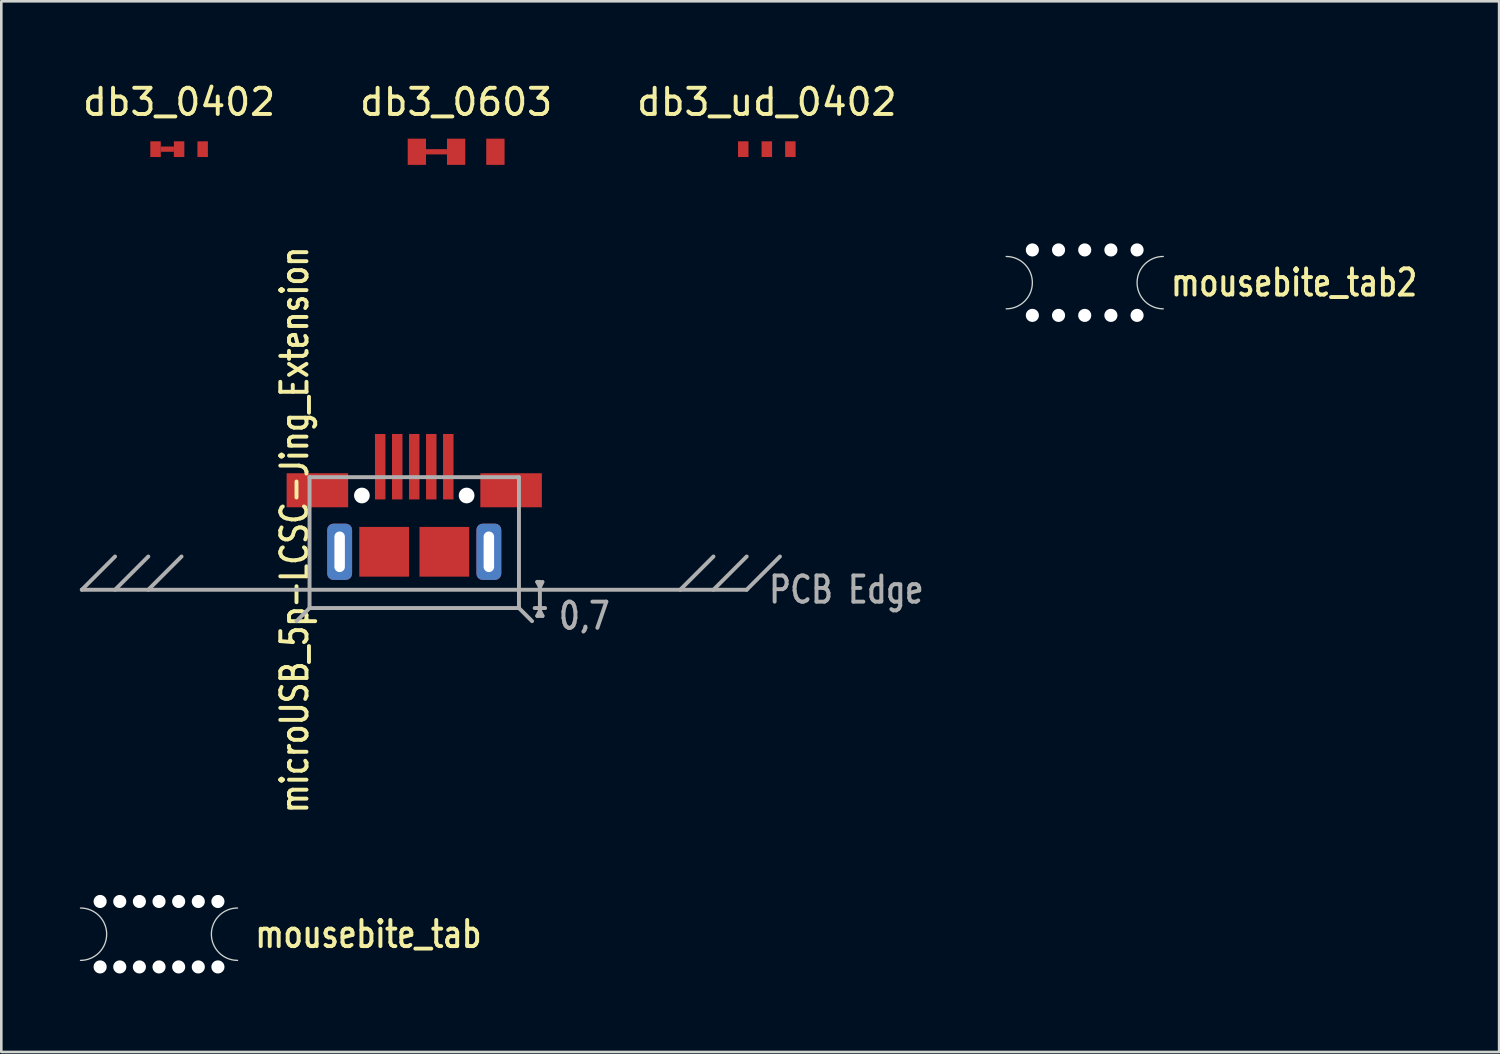
<source format=kicad_pcb>
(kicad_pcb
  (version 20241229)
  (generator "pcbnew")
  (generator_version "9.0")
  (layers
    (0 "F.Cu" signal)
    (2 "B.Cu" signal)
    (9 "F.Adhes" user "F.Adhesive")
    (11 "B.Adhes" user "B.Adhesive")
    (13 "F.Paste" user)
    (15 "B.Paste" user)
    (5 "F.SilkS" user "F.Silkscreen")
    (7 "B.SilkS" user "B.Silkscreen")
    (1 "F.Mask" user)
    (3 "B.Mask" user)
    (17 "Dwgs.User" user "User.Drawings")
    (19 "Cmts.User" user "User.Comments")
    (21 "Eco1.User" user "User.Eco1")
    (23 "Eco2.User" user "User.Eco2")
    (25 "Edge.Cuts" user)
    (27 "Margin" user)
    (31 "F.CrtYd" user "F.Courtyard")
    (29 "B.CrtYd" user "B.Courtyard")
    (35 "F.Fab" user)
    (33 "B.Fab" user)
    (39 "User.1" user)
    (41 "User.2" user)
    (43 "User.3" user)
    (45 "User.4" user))
  (footprint "mousebite_tab2"
    (layer "F.Cu")
    (at 38.388 7.748)
    (property "Reference" "mousebite_tab2" (at 8 0 0) (layer "F.SilkS") (effects (font (size 1 0.8) (thickness 0.15))))
    (attr through_hole)
    (fp_arc (start -3 -1) (mid -2 0) (end -3 1) (stroke (width 0.05) (type solid)) (layer "Edge.Cuts"))
    (fp_arc (start 3 1) (mid 2 0) (end 3 -1) (stroke (width 0.05) (type solid)) (layer "Edge.Cuts"))
    (pad "" np_thru_hole circle (at -2 -1.25) (size 0.5 0.5) (drill 0.5) (layers "*.Cu" "*.Mask"))
    (pad "" np_thru_hole circle (at -2 1.25) (size 0.5 0.5) (drill 0.5) (layers "*.Cu" "*.Mask"))
    (pad "" np_thru_hole circle (at -1 -1.25) (size 0.5 0.5) (drill 0.5) (layers "*.Cu" "*.Mask"))
    (pad "" np_thru_hole circle (at -1 1.25) (size 0.5 0.5) (drill 0.5) (layers "*.Cu" "*.Mask"))
    (pad "" np_thru_hole circle (at 0 -1.25) (size 0.5 0.5) (drill 0.5) (layers "*.Cu" "*.Mask"))
    (pad "" np_thru_hole circle (at 0 1.25) (size 0.5 0.5) (drill 0.5) (layers "*.Cu" "*.Mask"))
    (pad "" np_thru_hole circle (at 1 -1.25) (size 0.5 0.5) (drill 0.5) (layers "*.Cu" "*.Mask"))
    (pad "" np_thru_hole circle (at 1 1.25) (size 0.5 0.5) (drill 0.5) (layers "*.Cu" "*.Mask"))
    (pad "" np_thru_hole circle (at 2 -1.25) (size 0.5 0.5) (drill 0.5) (layers "*.Cu" "*.Mask"))
    (pad "" np_thru_hole circle (at 2 1.25) (size 0.5 0.5) (drill 0.5) (layers "*.Cu" "*.Mask")))
  (footprint "db3_ud_0402"
    (layer "F.Cu")
    (at 26.244 2.648)
    (property "Reference" "db3_ud_0402" (at 0 -1.8 0) (layer "F.SilkS") (effects (font (size 1 1) (thickness 0.15))))
    (attr exclude_from_pos_files exclude_from_bom)
    (fp_poly (pts (xy -0.2 0.1) (xy -0.7 0.1) (xy -0.7 -0.1) (xy -0.2 -0.1)) (stroke (width 0.1) (type solid)) (fill yes) (layer "F.Mask"))
    (fp_poly (pts (xy 0.7 0.1) (xy 0.2 0.1) (xy 0.2 -0.1) (xy 0.7 -0.1)) (stroke (width 0.1) (type solid)) (fill yes) (layer "F.Mask"))
    (pad "1" smd rect (at -0.9 0) (size 0.4 0.6) (layers "F.Cu" "F.Mask"))
    (pad "2" smd rect (at 0 0) (size 0.4 0.6) (layers "F.Cu" "F.Mask"))
    (pad "3" smd rect (at 0.9 0) (size 0.4 0.6) (layers "F.Cu" "F.Mask")))
  (footprint "microUSB_5p-LCSC-Jing_Extension"
    (layer "F.Cu")
    (at 12.775 19.479)
    (property "Reference" "microUSB_5p-LCSC-Jing_Extension" (at -4.572 -2.286 90) (layer "F.SilkS") (effects (font (size 1 0.8) (thickness 0.15))))
    (attr through_hole)
    (fp_line (start -12.7 0) (end -11.43 -1.27) (stroke (width 0.15) (type solid)) (layer "F.Fab"))
    (fp_line (start -12.7 0) (end 12.7 0) (stroke (width 0.15) (type solid)) (layer "F.Fab"))
    (fp_line (start -10.16 -1.27) (end -11.43 0) (stroke (width 0.15) (type solid)) (layer "F.Fab"))
    (fp_line (start -8.89 -1.27) (end -10.16 0) (stroke (width 0.15) (type solid)) (layer "F.Fab"))
    (fp_line (start -4 -4.3) (end 4 -4.3) (stroke (width 0.15) (type solid)) (layer "F.Fab"))
    (fp_line (start -4 0.7) (end -4.5 1.2) (stroke (width 0.15) (type solid)) (layer "F.Fab"))
    (fp_line (start -4 0.7) (end -4 -4.3) (stroke (width 0.15) (type solid)) (layer "F.Fab"))
    (fp_line (start -4 0.7) (end 4 0.7) (stroke (width 0.15) (type solid)) (layer "F.Fab"))
    (fp_line (start 4 -4.3) (end 4 0.7) (stroke (width 0.15) (type solid)) (layer "F.Fab"))
    (fp_line (start 4 0.7) (end 4.5 1.2) (stroke (width 0.15) (type solid)) (layer "F.Fab"))
    (fp_line (start 4.6 0.7) (end 5 0.7) (stroke (width 0.15) (type solid)) (layer "F.Fab"))
    (fp_line (start 4.7 -0.3) (end 4.8 -0.1) (stroke (width 0.15) (type solid)) (layer "F.Fab"))
    (fp_line (start 4.7 1) (end 4.8 0.8) (stroke (width 0.15) (type solid)) (layer "F.Fab"))
    (fp_line (start 4.8 -0.3) (end 4.7 -0.3) (stroke (width 0.15) (type solid)) (layer "F.Fab"))
    (fp_line (start 4.8 -0.1) (end 4.9 -0.3) (stroke (width 0.15) (type solid)) (layer "F.Fab"))
    (fp_line (start 4.8 0.1) (end 4.8 0.7) (stroke (width 0.15) (type solid)) (layer "F.Fab"))
    (fp_line (start 4.8 0.8) (end 4.9 1) (stroke (width 0.15) (type solid)) (layer "F.Fab"))
    (fp_line (start 4.9 1) (end 4.7 1) (stroke (width 0.15) (type solid)) (layer "F.Fab"))
    (fp_line (start 10.16 0) (end 11.43 -1.27) (stroke (width 0.15) (type solid)) (layer "F.Fab"))
    (fp_line (start 11.43 0) (end 12.7 -1.27) (stroke (width 0.15) (type solid)) (layer "F.Fab"))
    (fp_line (start 12.7 0) (end 13.97 -1.27) (stroke (width 0.15) (type solid)) (layer "F.Fab"))
    (fp_text user "0,7" (at 6.5 1 0) (layer "F.Fab") (effects (font (size 1 0.8) (thickness 0.15))))
    (fp_text user "PCB Edge" (at 16.51 0 0) (layer "F.Fab") (effects (font (size 1 0.8) (thickness 0.15))))
    (pad "" np_thru_hole circle (at -2 -3.6) (size 0.6 0.6) (drill 0.6) (layers "*.Cu" "*.Mask"))
    (pad "" np_thru_hole circle (at 2 -3.6) (size 0.6 0.6) (drill 0.6) (layers "*.Cu" "*.Mask"))
    (pad "1" smd rect (at -1.3 -4.7) (size 0.4 2.5) (layers "F.Cu" "F.Mask" "F.Paste"))
    (pad "2" smd rect (at -0.65 -4.7) (size 0.4 2.5) (layers "F.Cu" "F.Mask" "F.Paste"))
    (pad "3" smd rect (at 0 -4.7) (size 0.4 2.5) (layers "F.Cu" "F.Mask" "F.Paste"))
    (pad "4" smd rect (at 0.65 -4.7) (size 0.4 2.5) (layers "F.Cu" "F.Mask" "F.Paste"))
    (pad "5" smd rect (at 1.3 -4.7) (size 0.4 2.5) (layers "F.Cu" "F.Mask" "F.Paste"))
    (pad "6" smd rect (at -3.7 -3.8) (size 2.35 1.3) (layers "F.Cu" "F.Mask" "F.Paste"))
    (pad "7" smd rect (at 3.7 -3.8) (size 2.35 1.3) (layers "F.Cu" "F.Mask" "F.Paste"))
    (pad "8" smd rect (at -1.15 -1.45) (size 1.9 1.9) (layers "F.Cu" "F.Mask"))
    (pad "9" smd rect (at 1.15 -1.45) (size 1.9 1.9) (layers "F.Cu" "F.Mask"))
    (pad "10" thru_hole roundrect (at -2.85 -1.45) (size 0.95 2.15) (drill oval 0.4 1.55) (layers "*.Cu" "*.Mask") (roundrect_rratio 0.25))
    (pad "11" thru_hole roundrect (at 2.85 -1.45) (size 0.95 2.15) (drill oval 0.4 1.55) (layers "*.Cu" "*.Mask") (roundrect_rratio 0.25)))
  (footprint "mousebite_tab"
    (layer "F.Cu")
    (at 3.025 32.638)
    (property "Reference" "mousebite_tab" (at 8 0 0) (layer "F.SilkS") (effects (font (size 1 0.8) (thickness 0.15))))
    (attr through_hole)
    (fp_arc (start -3 -1) (mid -2 0) (end -3 1) (stroke (width 0.05) (type solid)) (layer "Edge.Cuts"))
    (fp_arc (start 3 1) (mid 2 0) (end 3 -1) (stroke (width 0.05) (type solid)) (layer "Edge.Cuts"))
    (pad "" np_thru_hole circle (at -2.25 -1.25) (size 0.5 0.5) (drill 0.5) (layers "*.Cu" "*.Mask"))
    (pad "" np_thru_hole circle (at -2.25 1.25) (size 0.5 0.5) (drill 0.5) (layers "*.Cu" "*.Mask"))
    (pad "" np_thru_hole circle (at -1.5 -1.25) (size 0.5 0.5) (drill 0.5) (layers "*.Cu" "*.Mask"))
    (pad "" np_thru_hole circle (at -1.5 1.25) (size 0.5 0.5) (drill 0.5) (layers "*.Cu" "*.Mask"))
    (pad "" np_thru_hole circle (at -0.75 -1.25) (size 0.5 0.5) (drill 0.5) (layers "*.Cu" "*.Mask"))
    (pad "" np_thru_hole circle (at -0.75 1.25) (size 0.5 0.5) (drill 0.5) (layers "*.Cu" "*.Mask"))
    (pad "" np_thru_hole circle (at 0 -1.25) (size 0.5 0.5) (drill 0.5) (layers "*.Cu" "*.Mask"))
    (pad "" np_thru_hole circle (at 0 1.25) (size 0.5 0.5) (drill 0.5) (layers "*.Cu" "*.Mask"))
    (pad "" np_thru_hole circle (at 0.75 -1.25) (size 0.5 0.5) (drill 0.5) (layers "*.Cu" "*.Mask"))
    (pad "" np_thru_hole circle (at 0.75 1.25) (size 0.5 0.5) (drill 0.5) (layers "*.Cu" "*.Mask"))
    (pad "" np_thru_hole circle (at 1.5 -1.25) (size 0.5 0.5) (drill 0.5) (layers "*.Cu" "*.Mask"))
    (pad "" np_thru_hole circle (at 1.5 1.25) (size 0.5 0.5) (drill 0.5) (layers "*.Cu" "*.Mask"))
    (pad "" np_thru_hole circle (at 2.25 -1.25) (size 0.5 0.5) (drill 0.5) (layers "*.Cu" "*.Mask"))
    (pad "" np_thru_hole circle (at 2.25 1.25) (size 0.5 0.5) (drill 0.5) (layers "*.Cu" "*.Mask")))
  (footprint "db3_0402"
    (layer "F.Cu")
    (at 3.792 2.648)
    (property "Reference" "db3_0402" (at 0 -1.8 0) (layer "F.SilkS") (effects (font (size 1 1) (thickness 0.15))))
    (attr smd)
    (pad "1" smd rect (at -0.9 0) (size 0.4 0.6) (layers "F.Cu" "F.Mask" "F.Paste"))
    (pad "1" smd rect (at -0.45 0) (size 0.5 0.2) (layers "F.Cu" "F.Mask" "F.Paste"))
    (pad "1" smd rect (at 0 0) (size 0.4 0.6) (layers "F.Cu" "F.Mask" "F.Paste"))
    (pad "2" smd rect (at 0.9 0) (size 0.4 0.6) (layers "F.Cu" "F.Mask" "F.Paste")))
  (footprint "db3_0603"
    (layer "F.Cu")
    (at 14.375 2.748)
    (property "Reference" "db3_0603" (at 0 -1.9 0) (layer "F.SilkS") (effects (font (size 1 1) (thickness 0.15))))
    (attr smd)
    (pad "1" smd rect (at -1.5 0) (size 0.7 1) (layers "F.Cu" "F.Mask" "F.Paste"))
    (pad "1" smd rect (at -0.75 0) (size 0.8 0.2) (layers "F.Cu" "F.Mask" "F.Paste"))
    (pad "1" smd rect (at 0 0) (size 0.7 1) (layers "F.Cu" "F.Mask" "F.Paste"))
    (pad "2" smd rect (at 1.5 0) (size 0.7 1) (layers "F.Cu" "F.Mask" "F.Paste")))
  (gr_rect
    (start -3 -3)
    (end 54.219 37.138)
    (stroke (width 0.1) (type default))
    (fill no)
    (layer "Edge.Cuts")))
</source>
